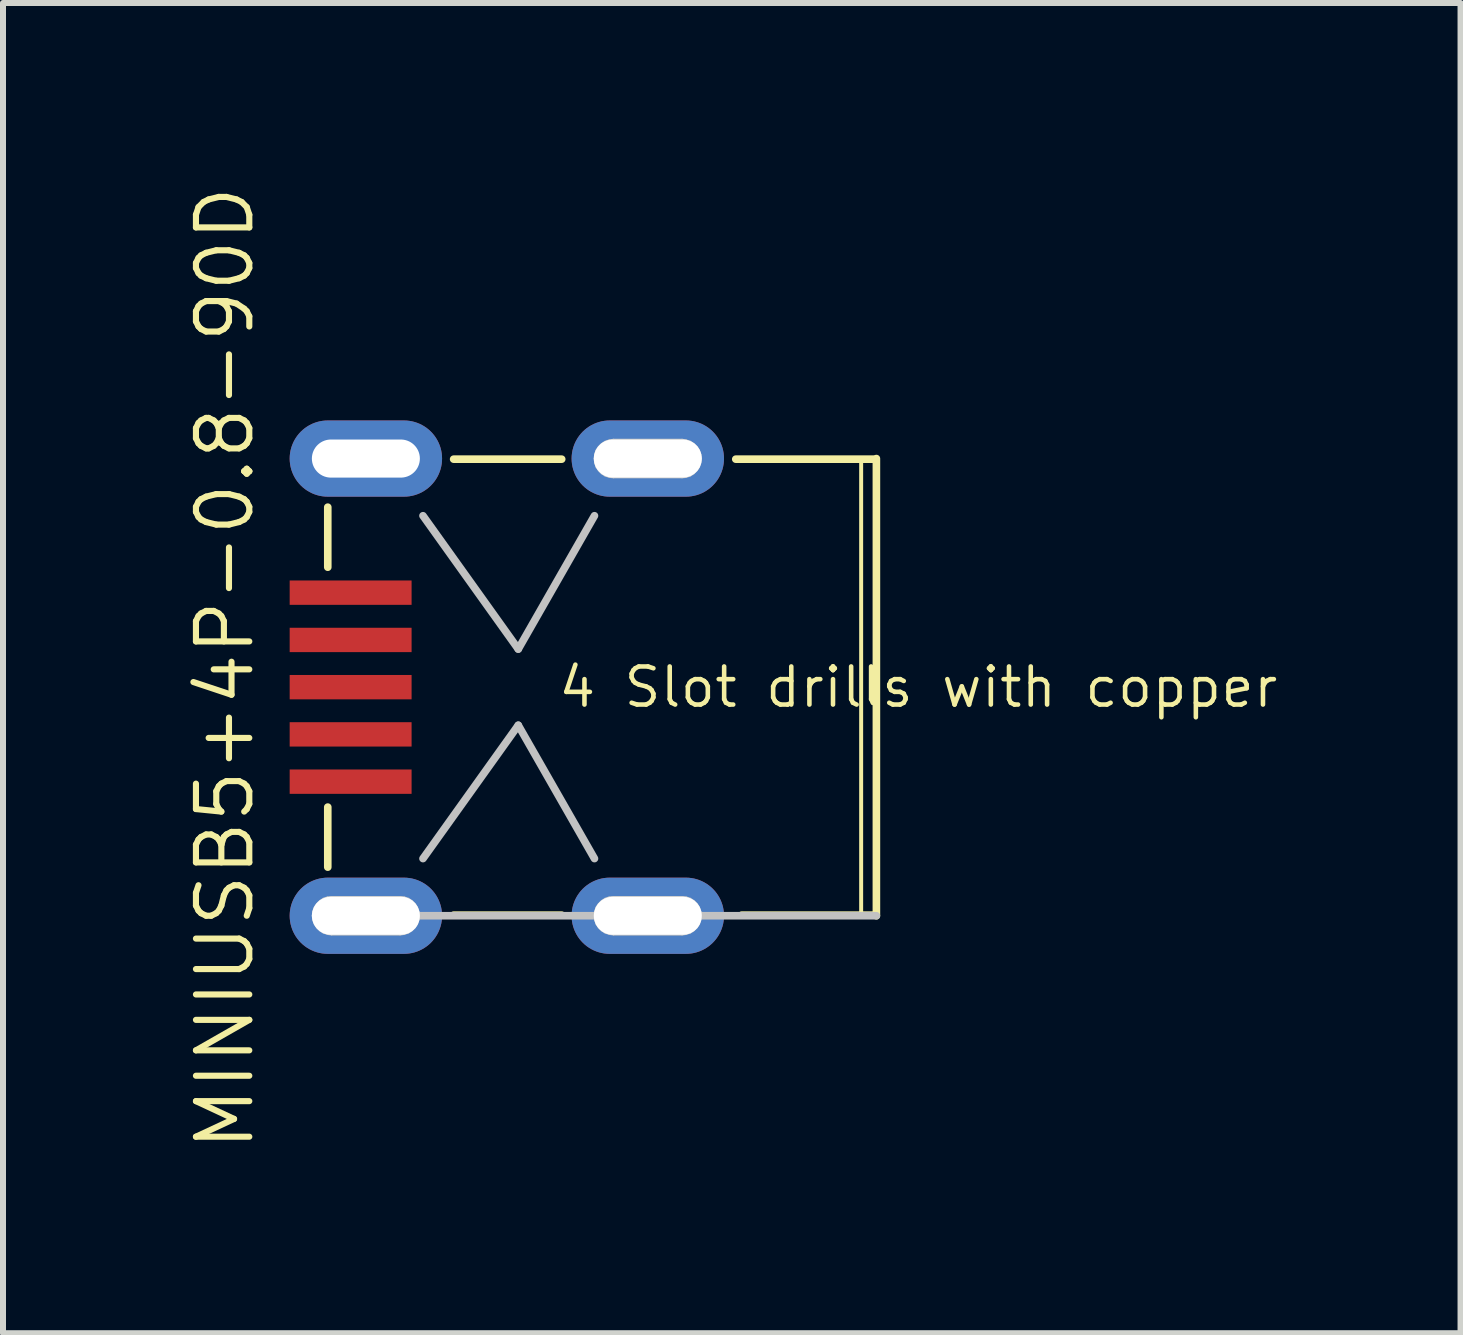
<source format=kicad_pcb>
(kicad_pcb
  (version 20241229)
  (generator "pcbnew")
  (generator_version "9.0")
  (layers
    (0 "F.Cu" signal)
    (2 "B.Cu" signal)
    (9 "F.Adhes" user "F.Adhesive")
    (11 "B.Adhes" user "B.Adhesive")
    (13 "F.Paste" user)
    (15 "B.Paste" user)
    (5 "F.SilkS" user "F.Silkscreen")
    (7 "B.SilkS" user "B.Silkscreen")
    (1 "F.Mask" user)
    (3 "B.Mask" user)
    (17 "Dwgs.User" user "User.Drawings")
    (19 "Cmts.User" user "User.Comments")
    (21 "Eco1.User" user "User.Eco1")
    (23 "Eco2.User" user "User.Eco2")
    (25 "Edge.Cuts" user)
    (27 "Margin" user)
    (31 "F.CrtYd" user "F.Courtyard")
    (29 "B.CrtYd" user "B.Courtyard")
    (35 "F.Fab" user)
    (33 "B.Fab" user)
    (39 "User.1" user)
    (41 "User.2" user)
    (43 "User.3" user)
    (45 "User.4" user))
  (footprint "MINIUSB5+4P-0.8-90D"
    (layer "F.Cu")
    (at 2.413 8.403)
    (property "Reference" "MINIUSB5+4P-0.8-90D" (at -1.714 -0.318 90) (layer "F.SilkS") (effects (font (size 0.889 0.889) (thickness 0.102))))
    (attr smd)
    (fp_line (start 0 -1.999) (end 0 -3) (stroke (width 0.127) (type solid)) (layer "F.SilkS"))
    (fp_line (start 0 1.999) (end 0 3) (stroke (width 0.127) (type solid)) (layer "F.SilkS"))
    (fp_line (start 0 3.81) (end 8.89 3.81) (stroke (width 0.066) (type solid)) (layer "F.SilkS"))
    (fp_line (start 2.098 -3.8) (end 3.899 -3.8) (stroke (width 0.127) (type solid)) (layer "F.SilkS"))
    (fp_line (start 2.098 3.8) (end 3.899 3.8) (stroke (width 0.127) (type solid)) (layer "F.SilkS"))
    (fp_line (start 6.8 -3.8) (end 9.098 -3.8) (stroke (width 0.127) (type solid)) (layer "F.SilkS"))
    (fp_line (start 6.899 3.8) (end 9.098 3.8) (stroke (width 0.127) (type solid)) (layer "F.SilkS"))
    (fp_line (start 8.89 3.81) (end 8.89 -3.81) (stroke (width 0.066) (type solid)) (layer "F.SilkS"))
    (fp_line (start 9.144 -3.81) (end 9.144 3.81) (stroke (width 0.127) (type solid)) (layer "F.SilkS"))
    (fp_line (start -0.254 3.81) (end -0.244 3.739) (stroke (width 0.025) (type solid)) (layer "Dwgs.User"))
    (fp_line (start -0.244 3.739) (end -0.221 3.67) (stroke (width 0.025) (type solid)) (layer "Dwgs.User"))
    (fp_line (start -0.244 3.879) (end -0.254 3.81) (stroke (width 0.025) (type solid)) (layer "Dwgs.User"))
    (fp_line (start -0.221 3.67) (end -0.183 3.612) (stroke (width 0.025) (type solid)) (layer "Dwgs.User"))
    (fp_line (start -0.221 3.947) (end -0.244 3.879) (stroke (width 0.025) (type solid)) (layer "Dwgs.User"))
    (fp_line (start -0.183 3.612) (end -0.132 3.561) (stroke (width 0.025) (type solid)) (layer "Dwgs.User"))
    (fp_line (start -0.183 4.006) (end -0.221 3.947) (stroke (width 0.025) (type solid)) (layer "Dwgs.User"))
    (fp_line (start -0.132 3.561) (end -0.074 3.523) (stroke (width 0.025) (type solid)) (layer "Dwgs.User"))
    (fp_line (start -0.132 4.056) (end -0.183 4.006) (stroke (width 0.025) (type solid)) (layer "Dwgs.User"))
    (fp_line (start -0.074 3.523) (end -0.005 3.5) (stroke (width 0.025) (type solid)) (layer "Dwgs.User"))
    (fp_line (start -0.074 4.094) (end -0.132 4.056) (stroke (width 0.025) (type solid)) (layer "Dwgs.User"))
    (fp_line (start -0.005 3.5) (end 0.064 3.493) (stroke (width 0.025) (type solid)) (layer "Dwgs.User"))
    (fp_line (start -0.005 4.117) (end -0.074 4.094) (stroke (width 0.025) (type solid)) (layer "Dwgs.User"))
    (fp_line (start 0.064 3.493) (end 1.206 3.493) (stroke (width 0.025) (type solid)) (layer "Dwgs.User"))
    (fp_line (start 0.064 4.128) (end -0.005 4.117) (stroke (width 0.025) (type solid)) (layer "Dwgs.User"))
    (fp_line (start 1.206 3.493) (end 1.275 3.5) (stroke (width 0.025) (type solid)) (layer "Dwgs.User"))
    (fp_line (start 1.206 4.128) (end 0.064 4.128) (stroke (width 0.025) (type solid)) (layer "Dwgs.User"))
    (fp_line (start 1.275 3.5) (end 1.344 3.523) (stroke (width 0.025) (type solid)) (layer "Dwgs.User"))
    (fp_line (start 1.275 4.117) (end 1.206 4.128) (stroke (width 0.025) (type solid)) (layer "Dwgs.User"))
    (fp_line (start 1.344 3.523) (end 1.402 3.561) (stroke (width 0.025) (type solid)) (layer "Dwgs.User"))
    (fp_line (start 1.344 4.094) (end 1.275 4.117) (stroke (width 0.025) (type solid)) (layer "Dwgs.User"))
    (fp_line (start 1.402 3.561) (end 1.453 3.612) (stroke (width 0.025) (type solid)) (layer "Dwgs.User"))
    (fp_line (start 1.402 4.056) (end 1.344 4.094) (stroke (width 0.025) (type solid)) (layer "Dwgs.User"))
    (fp_line (start 1.453 3.612) (end 1.491 3.67) (stroke (width 0.025) (type solid)) (layer "Dwgs.User"))
    (fp_line (start 1.453 4.006) (end 1.402 4.056) (stroke (width 0.025) (type solid)) (layer "Dwgs.User"))
    (fp_line (start 1.491 3.67) (end 1.514 3.739) (stroke (width 0.025) (type solid)) (layer "Dwgs.User"))
    (fp_line (start 1.491 3.947) (end 1.453 4.006) (stroke (width 0.025) (type solid)) (layer "Dwgs.User"))
    (fp_line (start 1.514 3.739) (end 1.524 3.81) (stroke (width 0.025) (type solid)) (layer "Dwgs.User"))
    (fp_line (start 1.514 3.879) (end 1.491 3.947) (stroke (width 0.025) (type solid)) (layer "Dwgs.User"))
    (fp_line (start 1.524 3.81) (end 1.514 3.879) (stroke (width 0.025) (type solid)) (layer "Dwgs.User"))
    (fp_line (start 3.175 -0.635) (end 1.587 -2.857) (stroke (width 0.127) (type solid)) (layer "Dwgs.User"))
    (fp_line (start 3.175 -0.635) (end 4.445 -2.857) (stroke (width 0.127) (type solid)) (layer "Dwgs.User"))
    (fp_line (start 3.175 0.635) (end 1.587 2.857) (stroke (width 0.127) (type solid)) (layer "Dwgs.User"))
    (fp_line (start 3.175 0.635) (end 4.445 2.857) (stroke (width 0.127) (type solid)) (layer "Dwgs.User"))
    (fp_line (start 4.445 -3.81) (end 4.453 -3.879) (stroke (width 0.025) (type solid)) (layer "Dwgs.User"))
    (fp_line (start 4.445 3.81) (end 4.453 3.739) (stroke (width 0.025) (type solid)) (layer "Dwgs.User"))
    (fp_line (start 4.453 -3.879) (end 4.475 -3.947) (stroke (width 0.025) (type solid)) (layer "Dwgs.User"))
    (fp_line (start 4.453 -3.739) (end 4.445 -3.81) (stroke (width 0.025) (type solid)) (layer "Dwgs.User"))
    (fp_line (start 4.453 3.739) (end 4.475 3.67) (stroke (width 0.025) (type solid)) (layer "Dwgs.User"))
    (fp_line (start 4.453 3.879) (end 4.445 3.81) (stroke (width 0.025) (type solid)) (layer "Dwgs.User"))
    (fp_line (start 4.475 -3.947) (end 4.514 -4.006) (stroke (width 0.025) (type solid)) (layer "Dwgs.User"))
    (fp_line (start 4.475 -3.67) (end 4.453 -3.739) (stroke (width 0.025) (type solid)) (layer "Dwgs.User"))
    (fp_line (start 4.475 3.67) (end 4.514 3.612) (stroke (width 0.025) (type solid)) (layer "Dwgs.User"))
    (fp_line (start 4.475 3.947) (end 4.453 3.879) (stroke (width 0.025) (type solid)) (layer "Dwgs.User"))
    (fp_line (start 4.514 -4.006) (end 4.564 -4.056) (stroke (width 0.025) (type solid)) (layer "Dwgs.User"))
    (fp_line (start 4.514 -3.612) (end 4.475 -3.67) (stroke (width 0.025) (type solid)) (layer "Dwgs.User"))
    (fp_line (start 4.514 3.612) (end 4.564 3.561) (stroke (width 0.025) (type solid)) (layer "Dwgs.User"))
    (fp_line (start 4.514 4.006) (end 4.475 3.947) (stroke (width 0.025) (type solid)) (layer "Dwgs.User"))
    (fp_line (start 4.564 -4.056) (end 4.623 -4.094) (stroke (width 0.025) (type solid)) (layer "Dwgs.User"))
    (fp_line (start 4.564 -3.561) (end 4.514 -3.612) (stroke (width 0.025) (type solid)) (layer "Dwgs.User"))
    (fp_line (start 4.564 3.561) (end 4.623 3.523) (stroke (width 0.025) (type solid)) (layer "Dwgs.User"))
    (fp_line (start 4.564 4.056) (end 4.514 4.006) (stroke (width 0.025) (type solid)) (layer "Dwgs.User"))
    (fp_line (start 4.623 -4.094) (end 4.691 -4.117) (stroke (width 0.025) (type solid)) (layer "Dwgs.User"))
    (fp_line (start 4.623 -3.523) (end 4.564 -3.561) (stroke (width 0.025) (type solid)) (layer "Dwgs.User"))
    (fp_line (start 4.623 3.523) (end 4.691 3.5) (stroke (width 0.025) (type solid)) (layer "Dwgs.User"))
    (fp_line (start 4.623 4.094) (end 4.564 4.056) (stroke (width 0.025) (type solid)) (layer "Dwgs.User"))
    (fp_line (start 4.691 -4.117) (end 4.763 -4.128) (stroke (width 0.025) (type solid)) (layer "Dwgs.User"))
    (fp_line (start 4.691 -3.5) (end 4.623 -3.523) (stroke (width 0.025) (type solid)) (layer "Dwgs.User"))
    (fp_line (start 4.691 3.5) (end 4.763 3.493) (stroke (width 0.025) (type solid)) (layer "Dwgs.User"))
    (fp_line (start 4.691 4.117) (end 4.623 4.094) (stroke (width 0.025) (type solid)) (layer "Dwgs.User"))
    (fp_line (start 4.763 -4.128) (end 5.905 -4.128) (stroke (width 0.025) (type solid)) (layer "Dwgs.User"))
    (fp_line (start 4.763 -3.493) (end 4.691 -3.5) (stroke (width 0.025) (type solid)) (layer "Dwgs.User"))
    (fp_line (start 4.763 3.493) (end 5.905 3.493) (stroke (width 0.025) (type solid)) (layer "Dwgs.User"))
    (fp_line (start 4.763 4.128) (end 4.691 4.117) (stroke (width 0.025) (type solid)) (layer "Dwgs.User"))
    (fp_line (start 5.905 -4.128) (end 5.974 -4.117) (stroke (width 0.025) (type solid)) (layer "Dwgs.User"))
    (fp_line (start 5.905 -3.493) (end 4.763 -3.493) (stroke (width 0.025) (type solid)) (layer "Dwgs.User"))
    (fp_line (start 5.905 3.493) (end 5.974 3.5) (stroke (width 0.025) (type solid)) (layer "Dwgs.User"))
    (fp_line (start 5.905 4.128) (end 4.763 4.128) (stroke (width 0.025) (type solid)) (layer "Dwgs.User"))
    (fp_line (start 5.974 -4.117) (end 6.043 -4.094) (stroke (width 0.025) (type solid)) (layer "Dwgs.User"))
    (fp_line (start 5.974 -3.5) (end 5.905 -3.493) (stroke (width 0.025) (type solid)) (layer "Dwgs.User"))
    (fp_line (start 5.974 3.5) (end 6.043 3.523) (stroke (width 0.025) (type solid)) (layer "Dwgs.User"))
    (fp_line (start 5.974 4.117) (end 5.905 4.128) (stroke (width 0.025) (type solid)) (layer "Dwgs.User"))
    (fp_line (start 6.043 -4.094) (end 6.101 -4.056) (stroke (width 0.025) (type solid)) (layer "Dwgs.User"))
    (fp_line (start 6.043 -3.523) (end 5.974 -3.5) (stroke (width 0.025) (type solid)) (layer "Dwgs.User"))
    (fp_line (start 6.043 3.523) (end 6.101 3.561) (stroke (width 0.025) (type solid)) (layer "Dwgs.User"))
    (fp_line (start 6.043 4.094) (end 5.974 4.117) (stroke (width 0.025) (type solid)) (layer "Dwgs.User"))
    (fp_line (start 6.101 -4.056) (end 6.152 -4.006) (stroke (width 0.025) (type solid)) (layer "Dwgs.User"))
    (fp_line (start 6.101 -3.561) (end 6.043 -3.523) (stroke (width 0.025) (type solid)) (layer "Dwgs.User"))
    (fp_line (start 6.101 3.561) (end 6.152 3.612) (stroke (width 0.025) (type solid)) (layer "Dwgs.User"))
    (fp_line (start 6.101 4.056) (end 6.043 4.094) (stroke (width 0.025) (type solid)) (layer "Dwgs.User"))
    (fp_line (start 6.152 -4.006) (end 6.19 -3.947) (stroke (width 0.025) (type solid)) (layer "Dwgs.User"))
    (fp_line (start 6.152 -3.612) (end 6.101 -3.561) (stroke (width 0.025) (type solid)) (layer "Dwgs.User"))
    (fp_line (start 6.152 3.612) (end 6.19 3.67) (stroke (width 0.025) (type solid)) (layer "Dwgs.User"))
    (fp_line (start 6.152 4.006) (end 6.101 4.056) (stroke (width 0.025) (type solid)) (layer "Dwgs.User"))
    (fp_line (start 6.19 -3.947) (end 6.213 -3.879) (stroke (width 0.025) (type solid)) (layer "Dwgs.User"))
    (fp_line (start 6.19 -3.67) (end 6.152 -3.612) (stroke (width 0.025) (type solid)) (layer "Dwgs.User"))
    (fp_line (start 6.19 3.67) (end 6.213 3.739) (stroke (width 0.025) (type solid)) (layer "Dwgs.User"))
    (fp_line (start 6.19 3.947) (end 6.152 4.006) (stroke (width 0.025) (type solid)) (layer "Dwgs.User"))
    (fp_line (start 6.213 -3.879) (end 6.223 -3.81) (stroke (width 0.025) (type solid)) (layer "Dwgs.User"))
    (fp_line (start 6.213 -3.739) (end 6.19 -3.67) (stroke (width 0.025) (type solid)) (layer "Dwgs.User"))
    (fp_line (start 6.213 3.739) (end 6.223 3.81) (stroke (width 0.025) (type solid)) (layer "Dwgs.User"))
    (fp_line (start 6.213 3.879) (end 6.19 3.947) (stroke (width 0.025) (type solid)) (layer "Dwgs.User"))
    (fp_line (start 6.223 -3.81) (end 6.213 -3.739) (stroke (width 0.025) (type solid)) (layer "Dwgs.User"))
    (fp_line (start 6.223 3.81) (end 6.213 3.879) (stroke (width 0.025) (type solid)) (layer "Dwgs.User"))
    (fp_line (start 9.144 3.81) (end 0 3.81) (stroke (width 0.127) (type solid)) (layer "Dwgs.User"))
    (fp_text user "4 Slot drills with copper" (at 9.842 0 0) (layer "F.SilkS") (effects (font (size 0.635 0.635) (thickness 0.076))))
    (pad "1" smd rect (at 0.381 1.575) (size 2.032 0.406) (layers "F.Cu" "F.Mask" "F.Paste"))
    (pad "2" smd rect (at 0.381 0.787) (size 2.032 0.406) (layers "F.Cu" "F.Mask" "F.Paste"))
    (pad "3" smd rect (at 0.381 0) (size 2.032 0.406) (layers "F.Cu" "F.Mask" "F.Paste"))
    (pad "4" smd rect (at 0.381 -0.787) (size 2.032 0.406) (layers "F.Cu" "F.Mask" "F.Paste"))
    (pad "5" smd rect (at 0.381 -1.575) (size 2.032 0.406) (layers "F.Cu" "F.Mask" "F.Paste"))
    (pad "GND@" thru_hole oval (at 0.635 -3.81 90) (size 1.27 2.54) (drill oval 0.635 1.8) (layers "*.Cu" "*.Paste" "*.Mask"))
    (pad "GND@" thru_hole oval (at 0.635 3.81 90) (size 1.27 2.54) (drill oval 0.635 1.8) (layers "*.Cu" "*.Paste" "*.Mask"))
    (pad "GND@" thru_hole oval (at 5.334 -3.81 90) (size 1.27 2.54) (drill oval 0.635 1.8) (layers "*.Cu" "*.Paste" "*.Mask"))
    (pad "GND@" thru_hole oval (at 5.334 3.81 90) (size 1.27 2.54) (drill oval 0.635 1.8) (layers "*.Cu" "*.Paste" "*.Mask")))
  (gr_rect
    (start -3 -3)
    (end 21.293 19.171)
    (stroke (width 0.1) (type default))
    (fill no)
    (layer "Edge.Cuts")))
</source>
